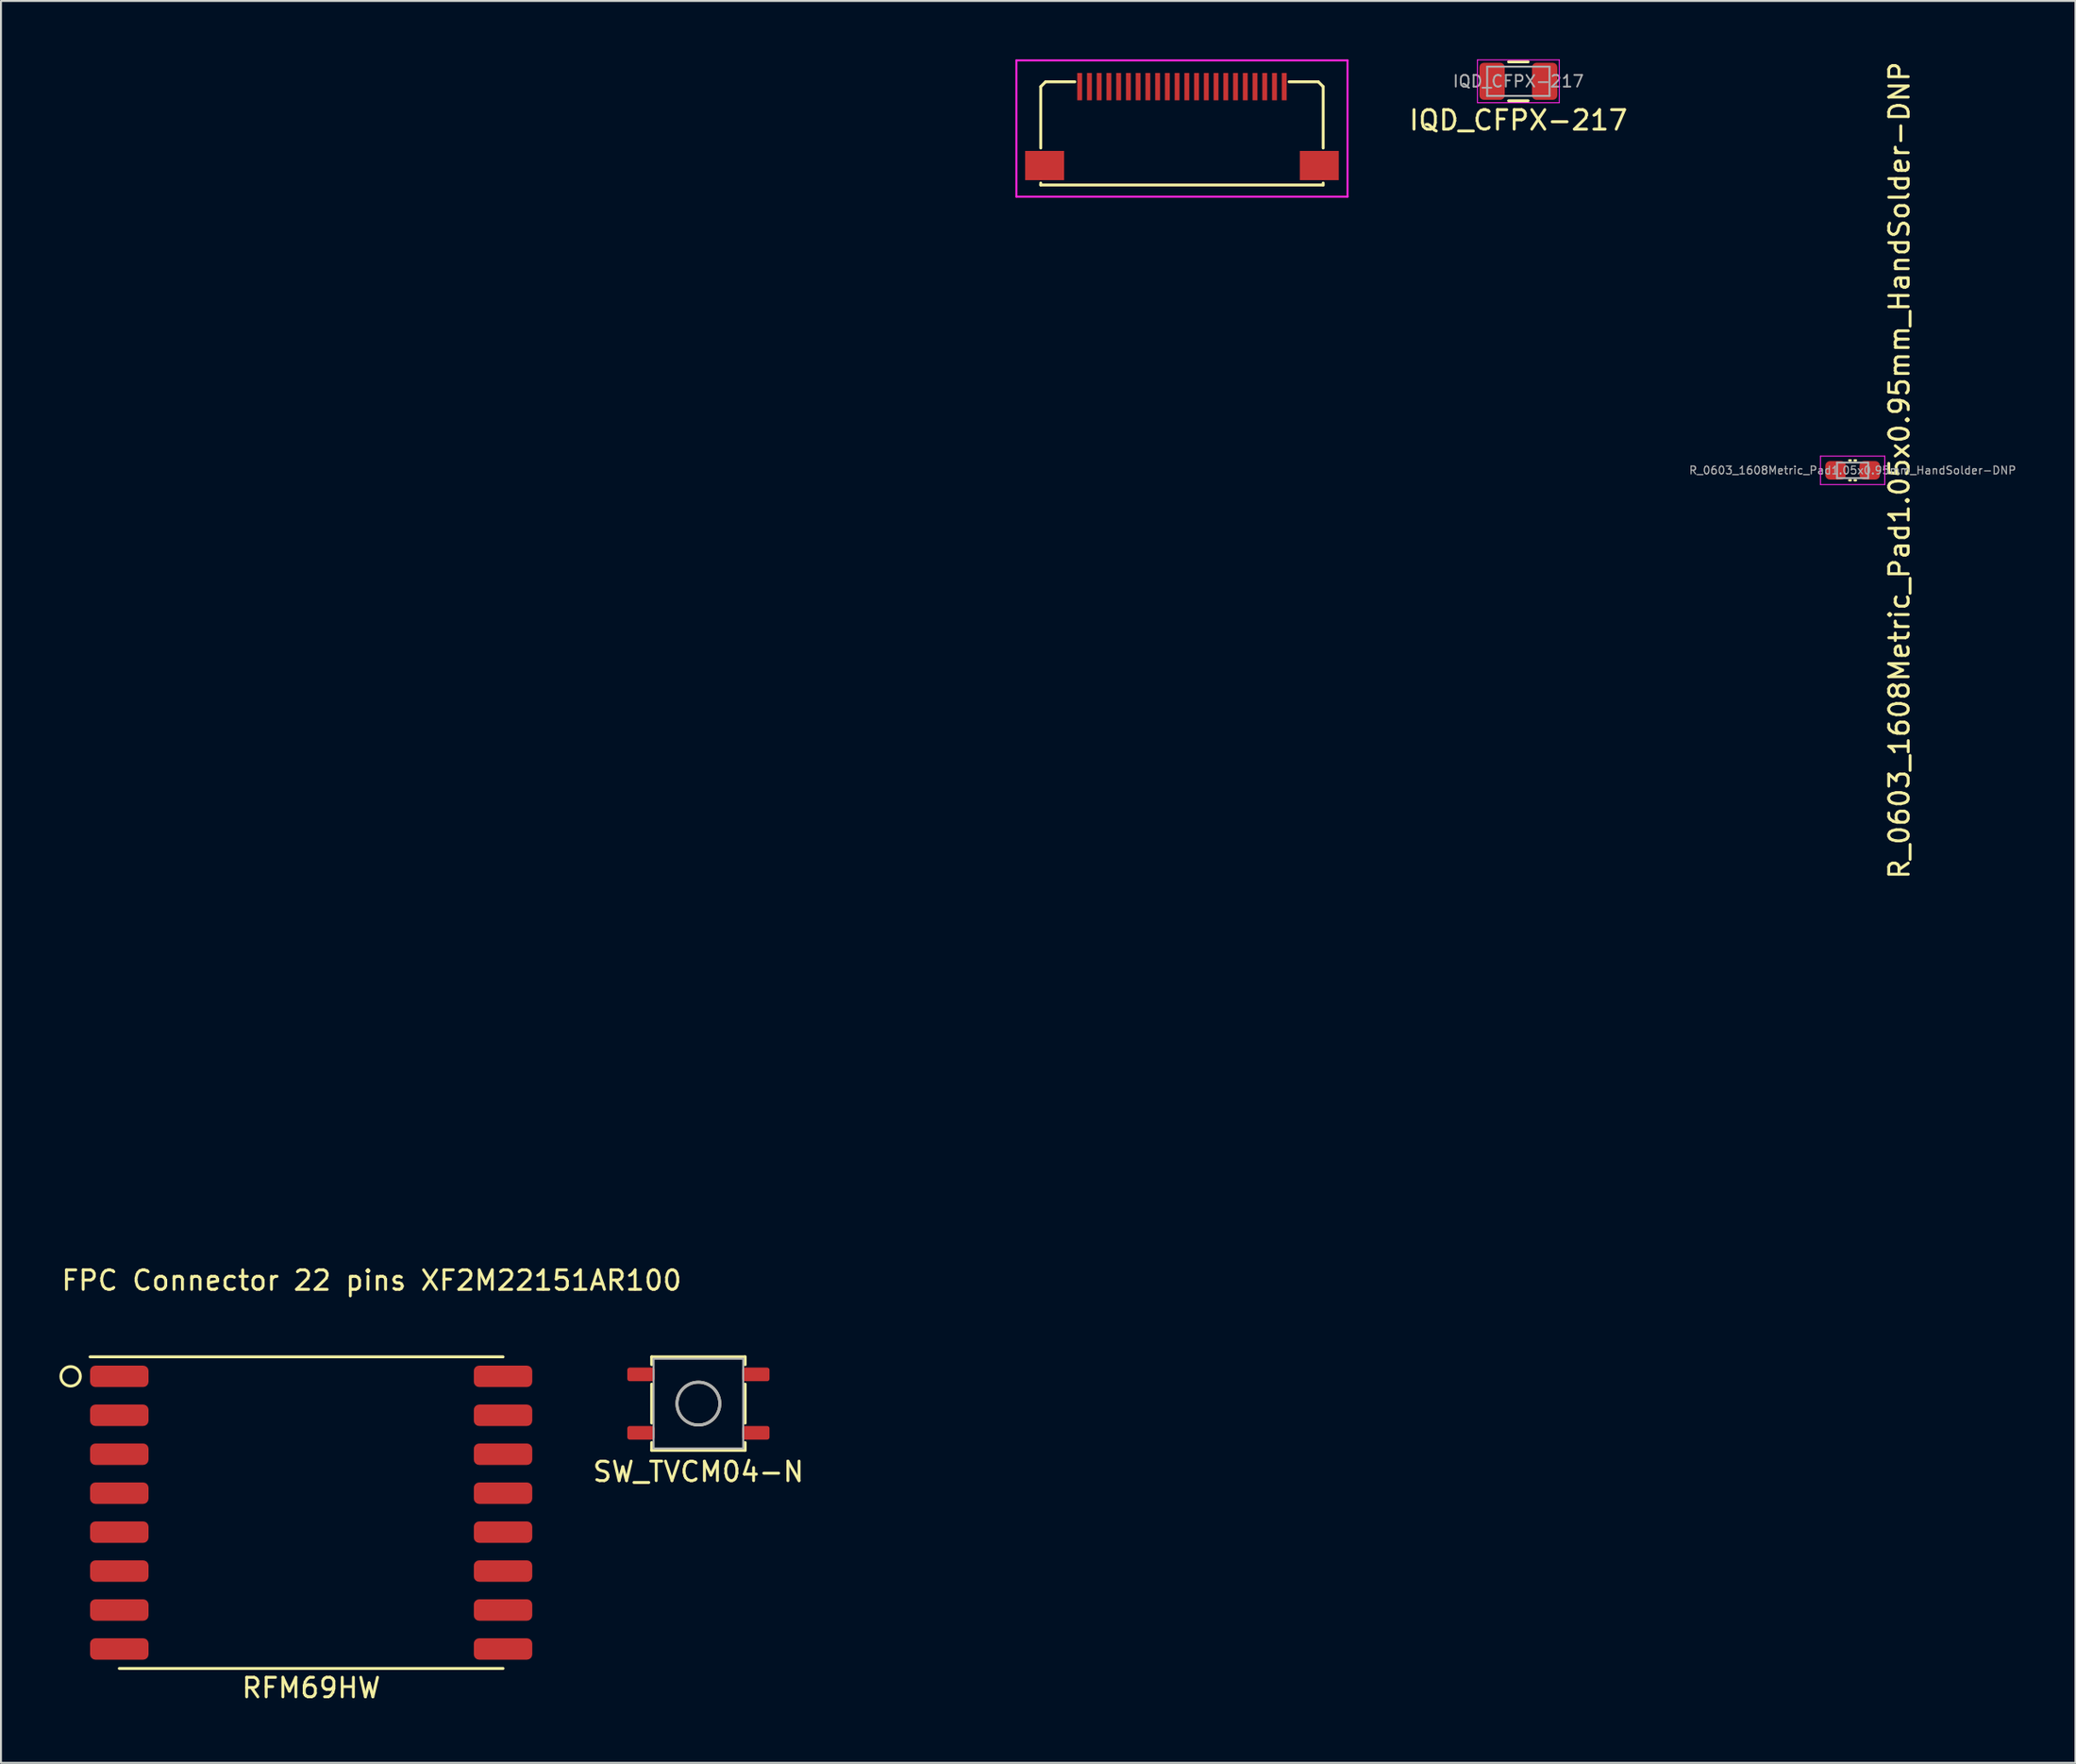
<source format=kicad_pcb>
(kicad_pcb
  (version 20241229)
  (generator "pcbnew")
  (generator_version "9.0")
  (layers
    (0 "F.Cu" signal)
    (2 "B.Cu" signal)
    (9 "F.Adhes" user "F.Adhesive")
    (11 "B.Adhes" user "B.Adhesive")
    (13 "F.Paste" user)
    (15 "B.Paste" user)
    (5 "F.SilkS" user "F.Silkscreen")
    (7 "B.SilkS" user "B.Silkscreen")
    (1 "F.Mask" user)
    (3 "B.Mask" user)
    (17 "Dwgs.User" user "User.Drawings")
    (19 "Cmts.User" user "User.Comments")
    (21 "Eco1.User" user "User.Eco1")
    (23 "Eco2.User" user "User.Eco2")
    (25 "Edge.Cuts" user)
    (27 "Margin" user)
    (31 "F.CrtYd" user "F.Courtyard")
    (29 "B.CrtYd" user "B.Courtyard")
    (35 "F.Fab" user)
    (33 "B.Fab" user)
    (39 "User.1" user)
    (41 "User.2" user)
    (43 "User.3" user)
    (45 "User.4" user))
  (footprint "R_0603_1608Metric_Pad1.05x0.95mm_HandSolder-DNP"
    (layer "F.Cu")
    (at 92.061 21.101)
    (property "Reference" "R_0603_1608Metric_Pad1.05x0.95mm_HandSolder-DNP" (at 2.4 0 90) (layer "F.SilkS") (effects (font (size 1 1) (thickness 0.15))))
    (attr smd)
    (fp_line (start -0.171 -0.51) (end -0.1 -0.51) (stroke (width 0.12) (type solid)) (layer "F.SilkS"))
    (fp_line (start -0.171 0.51) (end -0.1 0.51) (stroke (width 0.12) (type solid)) (layer "F.SilkS"))
    (fp_line (start 0.1 0.51) (end 0.171 0.51) (stroke (width 0.12) (type solid)) (layer "F.SilkS"))
    (fp_line (start 0.171 -0.51) (end 0.1 -0.51) (stroke (width 0.12) (type solid)) (layer "F.SilkS"))
    (fp_line (start -1.65 -0.73) (end 1.65 -0.73) (stroke (width 0.05) (type solid)) (layer "F.CrtYd"))
    (fp_line (start -1.65 0.73) (end -1.65 -0.73) (stroke (width 0.05) (type solid)) (layer "F.CrtYd"))
    (fp_line (start 1.65 -0.73) (end 1.65 0.73) (stroke (width 0.05) (type solid)) (layer "F.CrtYd"))
    (fp_line (start 1.65 0.73) (end -1.65 0.73) (stroke (width 0.05) (type solid)) (layer "F.CrtYd"))
    (fp_line (start -0.8 -0.4) (end 0.8 -0.4) (stroke (width 0.1) (type solid)) (layer "F.Fab"))
    (fp_line (start -0.8 0.4) (end -0.8 -0.4) (stroke (width 0.1) (type solid)) (layer "F.Fab"))
    (fp_line (start 0.8 -0.4) (end 0.8 0.4) (stroke (width 0.1) (type solid)) (layer "F.Fab"))
    (fp_line (start 0.8 0.4) (end -0.8 0.4) (stroke (width 0.1) (type solid)) (layer "F.Fab"))
    (fp_text user "${REFERENCE}" (at 0 0 0) (layer "F.Fab") (effects (font (size 0.4 0.4) (thickness 0.06))))
    (pad "1" smd roundrect (at -0.875 0) (size 1.05 0.95) (layers "F.Cu" "F.Mask") (roundrect_rratio 0.25))
    (pad "2" smd roundrect (at 0.875 0) (size 1.05 0.95) (layers "F.Cu" "F.Mask") (roundrect_rratio 0.25)))
  (footprint "SW_TVCM04-N"
    (layer "F.Cu")
    (at 32.805 69.023)
    (property "Reference" "SW_TVCM04-N" (at 0 3.5 0) (layer "F.SilkS") (effects (font (size 1 1) (thickness 0.15))))
    (attr through_hole)
    (fp_line (start -2.4 -2.4) (end 2.4 -2.4) (stroke (width 0.15) (type solid)) (layer "F.SilkS"))
    (fp_line (start -2.4 -2) (end -2.4 -2.4) (stroke (width 0.15) (type solid)) (layer "F.SilkS"))
    (fp_line (start -2.4 -1) (end -2.4 1) (stroke (width 0.15) (type solid)) (layer "F.SilkS"))
    (fp_line (start -2.4 2.4) (end -2.4 2) (stroke (width 0.15) (type solid)) (layer "F.SilkS"))
    (fp_line (start 2.4 -2.4) (end 2.4 -2) (stroke (width 0.15) (type solid)) (layer "F.SilkS"))
    (fp_line (start 2.4 -1) (end 2.4 1) (stroke (width 0.15) (type solid)) (layer "F.SilkS"))
    (fp_line (start 2.4 2) (end 2.4 2.4) (stroke (width 0.15) (type solid)) (layer "F.SilkS"))
    (fp_line (start 2.4 2.4) (end -2.4 2.4) (stroke (width 0.15) (type solid)) (layer "F.SilkS"))
    (fp_circle (center 0 0) (end 1.1 0) (stroke (width 0.15) (type solid)) (fill no) (layer "F.SilkS"))
    (fp_line (start -2.3 -2.3) (end -2.3 2.3) (stroke (width 0.1) (type solid)) (layer "F.Fab"))
    (fp_line (start -2.3 -2.3) (end 2.3 -2.3) (stroke (width 0.1) (type solid)) (layer "F.Fab"))
    (fp_line (start -2.3 2.3) (end 2.3 2.3) (stroke (width 0.1) (type solid)) (layer "F.Fab"))
    (fp_line (start 2.3 -2.3) (end 2.3 2.3) (stroke (width 0.1) (type solid)) (layer "F.Fab"))
    (fp_circle (center 0 0) (end 1.1 0) (stroke (width 0.15) (type solid)) (fill no) (layer "F.Fab"))
    (pad "1" smd roundrect (at -2.95 -1.5 90) (size 0.7 1.4) (layers "F.Cu" "F.Mask" "F.Paste") (roundrect_rratio 0.175))
    (pad "2" smd roundrect (at 2.95 -1.5 90) (size 0.7 1.4) (layers "F.Cu" "F.Mask" "F.Paste") (roundrect_rratio 0.175))
    (pad "3" smd roundrect (at -2.95 1.5 90) (size 0.7 1.4) (layers "F.Cu" "F.Mask" "F.Paste") (roundrect_rratio 0.175))
    (pad "4" smd roundrect (at 2.95 1.5 90) (size 0.7 1.4) (layers "F.Cu" "F.Mask" "F.Paste") (roundrect_rratio 0.175)))
  (footprint "RFM69HW"
    (layer "F.Cu")
    (at 12.925 74.623)
    (property "Reference" "RFM69HW" (at 0 9 0) (layer "F.SilkS") (effects (font (size 1 1) (thickness 0.15))))
    (attr through_hole)
    (fp_line (start -11.35 -8) (end 9.85 -8) (stroke (width 0.15) (type solid)) (layer "F.SilkS"))
    (fp_line (start 9.85 8) (end -9.85 8) (stroke (width 0.15) (type solid)) (layer "F.SilkS"))
    (fp_circle (center -12.35 -7) (end -11.85 -7) (stroke (width 0.15) (type solid)) (fill no) (layer "F.SilkS"))
    (pad "1" smd roundrect (at -9.85 -7) (size 3 1.1) (layers "F.Cu" "F.Mask" "F.Paste") (roundrect_rratio 0.25))
    (pad "2" smd roundrect (at -9.85 -5) (size 3 1.1) (layers "F.Cu" "F.Mask" "F.Paste") (roundrect_rratio 0.25))
    (pad "3" smd roundrect (at -9.85 -3) (size 3 1.1) (layers "F.Cu" "F.Mask" "F.Paste") (roundrect_rratio 0.25))
    (pad "4" smd roundrect (at -9.85 -1) (size 3 1.1) (layers "F.Cu" "F.Mask" "F.Paste") (roundrect_rratio 0.25))
    (pad "5" smd roundrect (at -9.85 1) (size 3 1.1) (layers "F.Cu" "F.Mask" "F.Paste") (roundrect_rratio 0.25))
    (pad "6" smd roundrect (at -9.85 3) (size 3 1.1) (layers "F.Cu" "F.Mask" "F.Paste") (roundrect_rratio 0.25))
    (pad "7" smd roundrect (at -9.85 5) (size 3 1.1) (layers "F.Cu" "F.Mask" "F.Paste") (roundrect_rratio 0.25))
    (pad "8" smd roundrect (at -9.85 7) (size 3 1.1) (layers "F.Cu" "F.Mask" "F.Paste") (roundrect_rratio 0.25))
    (pad "9" smd roundrect (at 9.85 7) (size 3 1.1) (layers "F.Cu" "F.Mask" "F.Paste") (roundrect_rratio 0.25))
    (pad "10" smd roundrect (at 9.85 5) (size 3 1.1) (layers "F.Cu" "F.Mask" "F.Paste") (roundrect_rratio 0.25))
    (pad "11" smd roundrect (at 9.85 3) (size 3 1.1) (layers "F.Cu" "F.Mask" "F.Paste") (roundrect_rratio 0.25))
    (pad "12" smd roundrect (at 9.85 1) (size 3 1.1) (layers "F.Cu" "F.Mask" "F.Paste") (roundrect_rratio 0.25))
    (pad "13" smd roundrect (at 9.85 -1) (size 3 1.1) (layers "F.Cu" "F.Mask" "F.Paste") (roundrect_rratio 0.25))
    (pad "14" smd roundrect (at 9.85 -3) (size 3 1.1) (layers "F.Cu" "F.Mask" "F.Paste") (roundrect_rratio 0.25))
    (pad "15" smd roundrect (at 9.85 -5) (size 3 1.1) (layers "F.Cu" "F.Mask" "F.Paste") (roundrect_rratio 0.25))
    (pad "16" smd roundrect (at 9.85 -7) (size 3 1.1) (layers "F.Cu" "F.Mask" "F.Paste") (roundrect_rratio 0.25)))
  (footprint "IQD_CFPX-217"
    (layer "F.Cu")
    (at 74.9 1.125)
    (property "Reference" "IQD_CFPX-217" (at 0 2 0) (layer "F.SilkS") (effects (font (size 1 1) (thickness 0.15))))
    (attr through_hole)
    (fp_line (start -0.5 -1) (end 0.5 -1) (stroke (width 0.15) (type solid)) (layer "F.SilkS"))
    (fp_line (start 0.5 1) (end -0.5 1) (stroke (width 0.15) (type solid)) (layer "F.SilkS"))
    (fp_line (start -2.1 -1.1) (end 2.1 -1.1) (stroke (width 0.05) (type solid)) (layer "F.CrtYd"))
    (fp_line (start -2.1 1.1) (end -2.1 -1.1) (stroke (width 0.05) (type solid)) (layer "F.CrtYd"))
    (fp_line (start 2.1 -1.1) (end 2.1 1.1) (stroke (width 0.05) (type solid)) (layer "F.CrtYd"))
    (fp_line (start 2.1 1.1) (end -2.1 1.1) (stroke (width 0.05) (type solid)) (layer "F.CrtYd"))
    (fp_line (start -1.6 -0.75) (end -1.6 0.75) (stroke (width 0.1) (type solid)) (layer "F.Fab"))
    (fp_line (start -1.6 -0.75) (end 1.6 -0.75) (stroke (width 0.1) (type solid)) (layer "F.Fab"))
    (fp_line (start -1.6 0.75) (end 1.6 0.75) (stroke (width 0.1) (type solid)) (layer "F.Fab"))
    (fp_line (start 1.6 -0.75) (end 1.6 0.75) (stroke (width 0.1) (type solid)) (layer "F.Fab"))
    (fp_text user "${REFERENCE}" (at 0 0 0) (layer "F.Fab") (effects (font (size 0.6 0.6) (thickness 0.09))))
    (pad "1" smd roundrect (at -1.35 0 90) (size 1.9 1.3) (layers "F.Cu" "F.Mask" "F.Paste") (roundrect_rratio 0.175))
    (pad "2" smd roundrect (at 1.35 0 90) (size 1.9 1.3) (layers "F.Cu" "F.Mask" "F.Paste") (roundrect_rratio 0.175)))
  (footprint "FPC Connector 22 pins XF2M22151AR100"
    (layer "F.Cu")
    (at 57.63 1.55)
    (property "Reference" "FPC Connector 22 pins XF2M22151AR100" (at -41.6 61.15 0) (layer "F.SilkS") (effects (font (size 1 1) (thickness 0.15))))
    (attr through_hole)
    (fp_line (start -7.25 -0.15) (end -7 -0.4) (stroke (width 0.15) (type solid)) (layer "F.SilkS"))
    (fp_line (start -7.25 3) (end -7.25 -0.15) (stroke (width 0.15) (type solid)) (layer "F.SilkS"))
    (fp_line (start -7.25 4.8) (end -7.25 4.9) (stroke (width 0.15) (type solid)) (layer "F.SilkS"))
    (fp_line (start -7 -0.4) (end -5.5 -0.4) (stroke (width 0.15) (type solid)) (layer "F.SilkS"))
    (fp_line (start 7 -0.4) (end 5.5 -0.4) (stroke (width 0.15) (type solid)) (layer "F.SilkS"))
    (fp_line (start 7.25 -0.15) (end 7 -0.4) (stroke (width 0.15) (type solid)) (layer "F.SilkS"))
    (fp_line (start 7.25 3) (end 7.25 -0.15) (stroke (width 0.15) (type solid)) (layer "F.SilkS"))
    (fp_line (start 7.25 4.8) (end 7.25 4.9) (stroke (width 0.15) (type solid)) (layer "F.SilkS"))
    (fp_line (start 7.25 4.9) (end -7.25 4.9) (stroke (width 0.15) (type solid)) (layer "F.SilkS"))
    (fp_line (start -8.5 -1.5) (end 8.5 -1.5) (stroke (width 0.1) (type solid)) (layer "F.CrtYd"))
    (fp_line (start -8.5 5.5) (end -8.5 -1.5) (stroke (width 0.1) (type solid)) (layer "F.CrtYd"))
    (fp_line (start 8.5 -1.5) (end 8.5 5.5) (stroke (width 0.1) (type solid)) (layer "F.CrtYd"))
    (fp_line (start 8.5 5.5) (end -8.5 5.5) (stroke (width 0.1) (type solid)) (layer "F.CrtYd"))
    (pad "" smd rect (at -7.05 3.9) (size 2 1.5) (layers "F.Cu" "F.Mask" "F.Paste"))
    (pad "" smd rect (at 7.05 3.9) (size 2 1.5) (layers "F.Cu" "F.Mask" "F.Paste"))
    (pad "1" smd rect (at 5.25 -0.15) (size 0.25 1.4) (layers "F.Cu" "F.Mask" "F.Paste"))
    (pad "2" smd rect (at 4.75 -0.15) (size 0.25 1.4) (layers "F.Cu" "F.Mask" "F.Paste"))
    (pad "3" smd rect (at 4.25 -0.15) (size 0.25 1.4) (layers "F.Cu" "F.Mask" "F.Paste"))
    (pad "4" smd rect (at 3.75 -0.15) (size 0.25 1.4) (layers "F.Cu" "F.Mask" "F.Paste"))
    (pad "5" smd rect (at 3.25 -0.15) (size 0.25 1.4) (layers "F.Cu" "F.Mask" "F.Paste"))
    (pad "6" smd rect (at 2.75 -0.15) (size 0.25 1.4) (layers "F.Cu" "F.Mask" "F.Paste"))
    (pad "7" smd rect (at 2.25 -0.15) (size 0.25 1.4) (layers "F.Cu" "F.Mask" "F.Paste"))
    (pad "8" smd rect (at 1.75 -0.15) (size 0.25 1.4) (layers "F.Cu" "F.Mask" "F.Paste"))
    (pad "9" smd rect (at 1.25 -0.15) (size 0.25 1.4) (layers "F.Cu" "F.Mask" "F.Paste"))
    (pad "10" smd rect (at 0.75 -0.15) (size 0.25 1.4) (layers "F.Cu" "F.Mask" "F.Paste"))
    (pad "11" smd rect (at 0.25 -0.15) (size 0.25 1.4) (layers "F.Cu" "F.Mask" "F.Paste"))
    (pad "12" smd rect (at -0.25 -0.15) (size 0.25 1.4) (layers "F.Cu" "F.Mask" "F.Paste"))
    (pad "13" smd rect (at -0.75 -0.15) (size 0.25 1.4) (layers "F.Cu" "F.Mask" "F.Paste"))
    (pad "14" smd rect (at -1.25 -0.15) (size 0.25 1.4) (layers "F.Cu" "F.Mask" "F.Paste"))
    (pad "15" smd rect (at -1.75 -0.15) (size 0.25 1.4) (layers "F.Cu" "F.Mask" "F.Paste"))
    (pad "16" smd rect (at -2.25 -0.15) (size 0.25 1.4) (layers "F.Cu" "F.Mask" "F.Paste"))
    (pad "17" smd rect (at -2.75 -0.15) (size 0.25 1.4) (layers "F.Cu" "F.Mask" "F.Paste"))
    (pad "18" smd rect (at -3.25 -0.15) (size 0.25 1.4) (layers "F.Cu" "F.Mask" "F.Paste"))
    (pad "19" smd rect (at -3.75 -0.15) (size 0.25 1.4) (layers "F.Cu" "F.Mask" "F.Paste"))
    (pad "20" smd rect (at -4.25 -0.15) (size 0.25 1.4) (layers "F.Cu" "F.Mask" "F.Paste"))
    (pad "21" smd rect (at -4.75 -0.15) (size 0.25 1.4) (layers "F.Cu" "F.Mask" "F.Paste"))
    (pad "22" smd rect (at -5.25 -0.15) (size 0.25 1.4) (layers "F.Cu" "F.Mask" "F.Paste")))
  (gr_rect
    (start -3 -3)
    (end 103.501 87.472)
    (stroke (width 0.1) (type default))
    (fill no)
    (layer "Edge.Cuts")))
</source>
